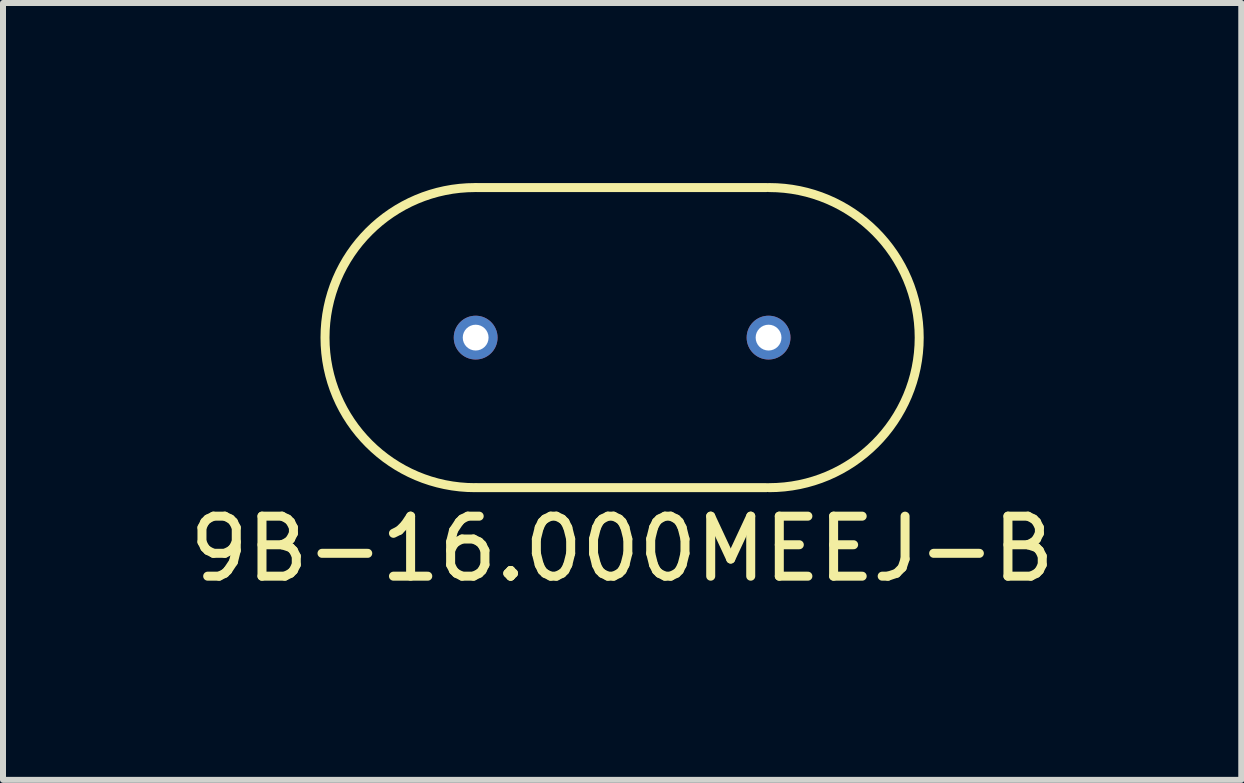
<source format=kicad_pcb>
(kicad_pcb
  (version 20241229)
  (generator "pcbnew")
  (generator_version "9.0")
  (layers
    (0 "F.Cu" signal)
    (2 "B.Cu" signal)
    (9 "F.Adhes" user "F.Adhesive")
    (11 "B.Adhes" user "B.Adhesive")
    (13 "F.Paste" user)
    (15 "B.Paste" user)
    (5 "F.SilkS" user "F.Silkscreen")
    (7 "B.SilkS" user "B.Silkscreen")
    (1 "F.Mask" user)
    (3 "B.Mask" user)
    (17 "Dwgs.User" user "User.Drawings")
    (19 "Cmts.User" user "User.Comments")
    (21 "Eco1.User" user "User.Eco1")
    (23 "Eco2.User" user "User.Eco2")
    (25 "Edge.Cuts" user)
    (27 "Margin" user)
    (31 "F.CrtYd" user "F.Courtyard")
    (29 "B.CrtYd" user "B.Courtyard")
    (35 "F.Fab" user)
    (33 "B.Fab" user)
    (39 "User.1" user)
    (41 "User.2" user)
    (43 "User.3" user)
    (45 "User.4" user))
  (footprint "9B-16.000MEEJ-B"
    (layer "F.Cu")
    (at 7.315 2.575)
    (property "Reference" "9B-16.000MEEJ-B" (at 0 3.52 0) (layer "F.SilkS") (effects (font (size 1 1) (thickness 0.15))))
    (attr through_hole)
    (fp_line (start 2.4 -2.5) (end -2.42 -2.5) (stroke (width 0.15) (type solid)) (layer "F.SilkS"))
    (fp_line (start 2.4 2.5) (end -2.42 2.5) (stroke (width 0.15) (type solid)) (layer "F.SilkS"))
    (fp_arc (start -2.45 2.5) (mid -4.95 0) (end -2.45 -2.5) (stroke (width 0.15) (type solid)) (layer "F.SilkS"))
    (fp_arc (start 2.45 -2.5) (mid 4.95 0) (end 2.45 2.5) (stroke (width 0.15) (type solid)) (layer "F.SilkS"))
    (pad "1" thru_hole circle (at -2.44 0) (size 0.73 0.73) (drill 0.43) (layers "*.Cu" "*.Mask"))
    (pad "2" thru_hole circle (at 2.44 0) (size 0.73 0.73) (drill 0.43) (layers "*.Cu" "*.Mask")))
  (gr_rect
    (start -3 -3)
    (end 17.631 9.943)
    (stroke (width 0.1) (type default))
    (fill no)
    (layer "Edge.Cuts")))
</source>
